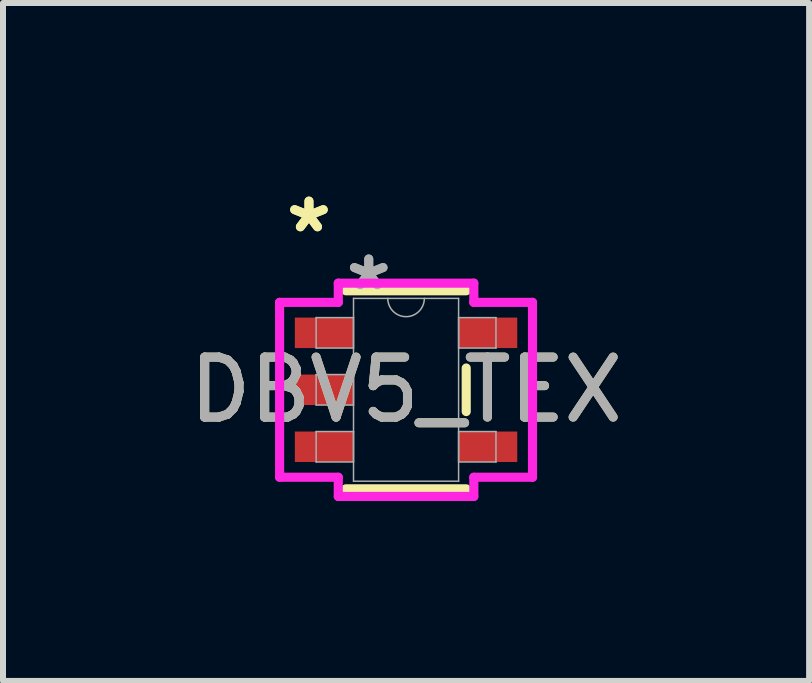
<source format=kicad_pcb>
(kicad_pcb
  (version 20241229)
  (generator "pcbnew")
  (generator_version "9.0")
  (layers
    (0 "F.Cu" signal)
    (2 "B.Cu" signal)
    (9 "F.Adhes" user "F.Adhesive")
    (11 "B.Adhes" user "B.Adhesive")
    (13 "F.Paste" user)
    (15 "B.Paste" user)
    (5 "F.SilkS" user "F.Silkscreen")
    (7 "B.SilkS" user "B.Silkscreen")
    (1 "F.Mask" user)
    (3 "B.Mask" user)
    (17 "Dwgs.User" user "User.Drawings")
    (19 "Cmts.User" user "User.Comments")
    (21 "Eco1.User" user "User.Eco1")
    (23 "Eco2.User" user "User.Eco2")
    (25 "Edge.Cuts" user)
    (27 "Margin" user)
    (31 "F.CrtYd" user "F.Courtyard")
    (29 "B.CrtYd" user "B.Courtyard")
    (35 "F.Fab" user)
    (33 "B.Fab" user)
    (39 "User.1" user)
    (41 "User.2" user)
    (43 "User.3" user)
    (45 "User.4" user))
  (footprint "DBV5_TEX"
    (layer "F.Cu")
    (at 3.72 3.449)
    (property "Reference" "DBV5_TEX" (at 0 0 0) (unlocked yes) (layer "F.SilkS") (effects (font (size 1 1) (thickness 0.15))))
    (attr smd)
    (fp_line (start -1.003 1.651) (end 1.003 1.651) (stroke (width 0.152) (type solid)) (layer "F.SilkS"))
    (fp_line (start 1.003 -1.651) (end -1.003 -1.651) (stroke (width 0.152) (type solid)) (layer "F.SilkS"))
    (fp_line (start 1.003 0.363) (end 1.003 -0.363) (stroke (width 0.152) (type solid)) (layer "F.SilkS"))
    (fp_line (start -2.108 -1.458) (end -1.13 -1.458) (stroke (width 0.152) (type solid)) (layer "F.CrtYd"))
    (fp_line (start -2.108 1.458) (end -2.108 -1.458) (stroke (width 0.152) (type solid)) (layer "F.CrtYd"))
    (fp_line (start -1.13 -1.778) (end 1.13 -1.778) (stroke (width 0.152) (type solid)) (layer "F.CrtYd"))
    (fp_line (start -1.13 -1.458) (end -1.13 -1.778) (stroke (width 0.152) (type solid)) (layer "F.CrtYd"))
    (fp_line (start -1.13 1.458) (end -2.108 1.458) (stroke (width 0.152) (type solid)) (layer "F.CrtYd"))
    (fp_line (start -1.13 1.778) (end -1.13 1.458) (stroke (width 0.152) (type solid)) (layer "F.CrtYd"))
    (fp_line (start 1.13 -1.778) (end 1.13 -1.458) (stroke (width 0.152) (type solid)) (layer "F.CrtYd"))
    (fp_line (start 1.13 -1.458) (end 2.108 -1.458) (stroke (width 0.152) (type solid)) (layer "F.CrtYd"))
    (fp_line (start 1.13 1.458) (end 1.13 1.778) (stroke (width 0.152) (type solid)) (layer "F.CrtYd"))
    (fp_line (start 1.13 1.778) (end -1.13 1.778) (stroke (width 0.152) (type solid)) (layer "F.CrtYd"))
    (fp_line (start 2.108 -1.458) (end 2.108 1.458) (stroke (width 0.152) (type solid)) (layer "F.CrtYd"))
    (fp_line (start 2.108 1.458) (end 1.13 1.458) (stroke (width 0.152) (type solid)) (layer "F.CrtYd"))
    (fp_line (start -1.499 -1.204) (end -1.499 -0.696) (stroke (width 0.025) (type solid)) (layer "F.Fab"))
    (fp_line (start -1.499 -0.696) (end -0.876 -0.696) (stroke (width 0.025) (type solid)) (layer "F.Fab"))
    (fp_line (start -1.499 -0.254) (end -1.499 0.254) (stroke (width 0.025) (type solid)) (layer "F.Fab"))
    (fp_line (start -1.499 0.254) (end -0.876 0.254) (stroke (width 0.025) (type solid)) (layer "F.Fab"))
    (fp_line (start -1.499 0.696) (end -1.499 1.204) (stroke (width 0.025) (type solid)) (layer "F.Fab"))
    (fp_line (start -1.499 1.204) (end -0.876 1.204) (stroke (width 0.025) (type solid)) (layer "F.Fab"))
    (fp_line (start -0.876 -1.524) (end -0.876 1.524) (stroke (width 0.025) (type solid)) (layer "F.Fab"))
    (fp_line (start -0.876 -1.204) (end -1.499 -1.204) (stroke (width 0.025) (type solid)) (layer "F.Fab"))
    (fp_line (start -0.876 -0.696) (end -0.876 -1.204) (stroke (width 0.025) (type solid)) (layer "F.Fab"))
    (fp_line (start -0.876 -0.254) (end -1.499 -0.254) (stroke (width 0.025) (type solid)) (layer "F.Fab"))
    (fp_line (start -0.876 0.254) (end -0.876 -0.254) (stroke (width 0.025) (type solid)) (layer "F.Fab"))
    (fp_line (start -0.876 0.696) (end -1.499 0.696) (stroke (width 0.025) (type solid)) (layer "F.Fab"))
    (fp_line (start -0.876 1.204) (end -0.876 0.696) (stroke (width 0.025) (type solid)) (layer "F.Fab"))
    (fp_line (start -0.876 1.524) (end 0.876 1.524) (stroke (width 0.025) (type solid)) (layer "F.Fab"))
    (fp_line (start 0.876 -1.524) (end -0.876 -1.524) (stroke (width 0.025) (type solid)) (layer "F.Fab"))
    (fp_line (start 0.876 -1.204) (end 0.876 -0.696) (stroke (width 0.025) (type solid)) (layer "F.Fab"))
    (fp_line (start 0.876 -0.696) (end 1.499 -0.696) (stroke (width 0.025) (type solid)) (layer "F.Fab"))
    (fp_line (start 0.876 0.696) (end 0.876 1.204) (stroke (width 0.025) (type solid)) (layer "F.Fab"))
    (fp_line (start 0.876 1.204) (end 1.499 1.204) (stroke (width 0.025) (type solid)) (layer "F.Fab"))
    (fp_line (start 0.876 1.524) (end 0.876 -1.524) (stroke (width 0.025) (type solid)) (layer "F.Fab"))
    (fp_line (start 1.499 -1.204) (end 0.876 -1.204) (stroke (width 0.025) (type solid)) (layer "F.Fab"))
    (fp_line (start 1.499 -0.696) (end 1.499 -1.204) (stroke (width 0.025) (type solid)) (layer "F.Fab"))
    (fp_line (start 1.499 0.696) (end 0.876 0.696) (stroke (width 0.025) (type solid)) (layer "F.Fab"))
    (fp_line (start 1.499 1.204) (end 1.499 0.696) (stroke (width 0.025) (type solid)) (layer "F.Fab"))
    (fp_arc (start 0.3048 -1.524) (mid 0 -1.2192) (end -0.3048 -1.524) (stroke (width 0.0254) (type solid)) (layer "F.Fab"))
    (fp_text user "*" (at -1.619 -2.601 0) (layer "F.SilkS") (effects (font (size 1 1) (thickness 0.15))))
    (fp_text user "*" (at -1.619 -2.601 0) (unlocked yes) (layer "F.SilkS") (effects (font (size 1 1) (thickness 0.15))))
    (fp_text user "${REFERENCE}" (at 0 0 0) (unlocked yes) (layer "F.Fab") (effects (font (size 1 1) (thickness 0.15))))
    (fp_text user "*" (at -0.622 -1.636 0) (unlocked yes) (layer "F.Fab") (effects (font (size 1 1) (thickness 0.15))))
    (fp_text user "*" (at -0.622 -1.636 0) (layer "F.Fab") (effects (font (size 1 1) (thickness 0.15))))
    (pad "1" smd rect (at -1.365 -0.95) (size 0.978 0.508) (layers "F.Cu" "F.Mask" "F.Paste"))
    (pad "2" smd rect (at -1.365 0) (size 0.978 0.508) (layers "F.Cu" "F.Mask" "F.Paste"))
    (pad "3" smd rect (at -1.365 0.95) (size 0.978 0.508) (layers "F.Cu" "F.Mask" "F.Paste"))
    (pad "4" smd rect (at 1.365 0.95) (size 0.978 0.508) (layers "F.Cu" "F.Mask" "F.Paste"))
    (pad "5" smd rect (at 1.365 -0.95) (size 0.978 0.508) (layers "F.Cu" "F.Mask" "F.Paste")))
  (gr_rect
    (start -3 -3)
    (end 10.44 8.303)
    (stroke (width 0.1) (type default))
    (fill no)
    (layer "Edge.Cuts")))
</source>
